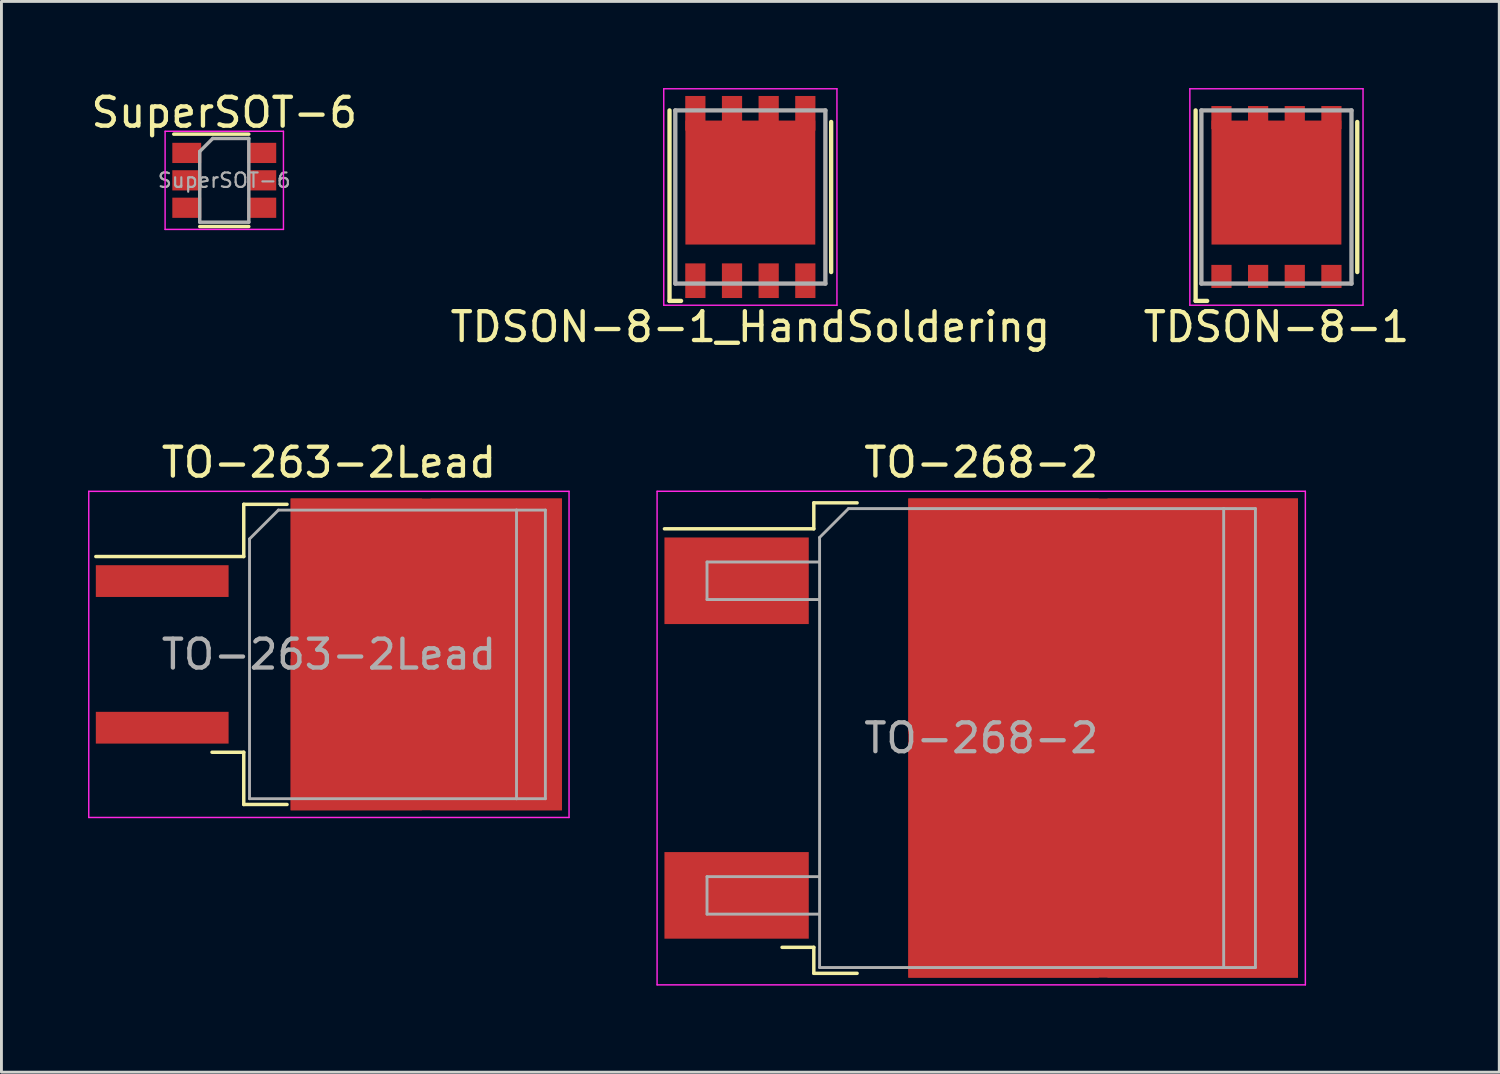
<source format=kicad_pcb>
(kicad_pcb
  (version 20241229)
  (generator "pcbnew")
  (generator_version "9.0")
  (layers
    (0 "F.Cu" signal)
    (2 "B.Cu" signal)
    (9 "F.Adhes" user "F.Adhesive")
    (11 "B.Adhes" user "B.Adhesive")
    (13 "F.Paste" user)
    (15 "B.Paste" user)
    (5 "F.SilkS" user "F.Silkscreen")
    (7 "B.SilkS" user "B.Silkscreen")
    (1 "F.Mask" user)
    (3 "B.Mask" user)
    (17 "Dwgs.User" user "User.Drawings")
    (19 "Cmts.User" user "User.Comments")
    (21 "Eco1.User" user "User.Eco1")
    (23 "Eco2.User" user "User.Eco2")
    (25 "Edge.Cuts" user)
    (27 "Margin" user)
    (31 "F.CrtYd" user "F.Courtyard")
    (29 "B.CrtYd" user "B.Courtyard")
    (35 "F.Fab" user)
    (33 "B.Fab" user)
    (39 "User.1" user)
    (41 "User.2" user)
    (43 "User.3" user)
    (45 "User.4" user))
  (footprint "TDSON-8-1"
    (layer "F.Cu")
    (at 41.173 3.775)
    (property "Reference" "TDSON-8-1" (at 0 4.5 0) (layer "F.SilkS") (effects (font (size 1 1) (thickness 0.15))))
    (attr smd)
    (fp_line (start -2.8 -3) (end -2.8 3.6) (stroke (width 0.15) (type solid)) (layer "F.SilkS"))
    (fp_line (start -2.8 3.6) (end -2.4 3.6) (stroke (width 0.15) (type solid)) (layer "F.SilkS"))
    (fp_line (start 2.8 -2.6) (end 2.8 2.6) (stroke (width 0.15) (type solid)) (layer "F.SilkS"))
    (fp_line (start -3 -3.75) (end -3 3.75) (stroke (width 0.05) (type solid)) (layer "F.CrtYd"))
    (fp_line (start -3 3.75) (end 3 3.75) (stroke (width 0.05) (type solid)) (layer "F.CrtYd"))
    (fp_line (start 3 -3.75) (end -3 -3.75) (stroke (width 0.05) (type solid)) (layer "F.CrtYd"))
    (fp_line (start 3 3.75) (end 3 -3.75) (stroke (width 0.05) (type solid)) (layer "F.CrtYd"))
    (fp_line (start -2.6 -3) (end 2.6 -3) (stroke (width 0.15) (type solid)) (layer "F.Fab"))
    (fp_line (start -2.6 3) (end -2.6 -3) (stroke (width 0.15) (type solid)) (layer "F.Fab"))
    (fp_line (start 2.6 -3) (end 2.6 3) (stroke (width 0.15) (type solid)) (layer "F.Fab"))
    (fp_line (start 2.6 3) (end -2.6 3) (stroke (width 0.15) (type solid)) (layer "F.Fab"))
    (pad "1" smd rect (at -1.905 2.752) (size 0.7 0.8) (layers "F.Cu" "F.Mask" "F.Paste"))
    (pad "2" smd rect (at -0.635 2.752) (size 0.7 0.8) (layers "F.Cu" "F.Mask" "F.Paste"))
    (pad "3" smd rect (at 0.635 2.752) (size 0.7 0.8) (layers "F.Cu" "F.Mask" "F.Paste"))
    (pad "4" smd rect (at 1.905 2.752) (size 0.7 0.8) (layers "F.Cu" "F.Mask" "F.Paste"))
    (pad "5" smd rect (at 1.905 -2.752) (size 0.7 0.8) (layers "F.Cu" "F.Mask" "F.Paste"))
    (pad "6" smd rect (at 0.635 -2.752) (size 0.7 0.8) (layers "F.Cu" "F.Mask" "F.Paste"))
    (pad "7" smd rect (at -0.635 -2.752) (size 0.7 0.8) (layers "F.Cu" "F.Mask" "F.Paste"))
    (pad "8" smd rect (at -1.905 -2.752) (size 0.7 0.8) (layers "F.Cu" "F.Mask" "F.Paste"))
    (pad "8" smd rect (at -1.095 -1.25) (size 1.55 1.6) (layers "F.Cu" "F.Mask" "F.Paste"))
    (pad "8" smd rect (at -1.095 0.75) (size 1.55 1.2) (layers "F.Cu" "F.Mask" "F.Paste"))
    (pad "8" smd rect (at 0 -0.5) (size 4.5 4.295) (layers "F.Cu" "F.Mask"))
    (pad "8" smd rect (at 1.095 -1.25) (size 1.55 1.6) (layers "F.Cu" "F.Mask" "F.Paste"))
    (pad "8" smd rect (at 1.095 0.75) (size 1.55 1.2) (layers "F.Cu" "F.Mask" "F.Paste")))
  (footprint "TDSON-8-1_HandSoldering"
    (layer "F.Cu")
    (at 22.946 3.775)
    (property "Reference" "TDSON-8-1_HandSoldering" (at 0 4.5 0) (layer "F.SilkS") (effects (font (size 1 1) (thickness 0.15))))
    (attr smd)
    (fp_line (start -2.8 -3) (end -2.8 3.6) (stroke (width 0.15) (type solid)) (layer "F.SilkS"))
    (fp_line (start -2.8 3.6) (end -2.4 3.6) (stroke (width 0.15) (type solid)) (layer "F.SilkS"))
    (fp_line (start 2.8 -2.6) (end 2.8 2.6) (stroke (width 0.15) (type solid)) (layer "F.SilkS"))
    (fp_line (start -3 -3.75) (end -3 3.75) (stroke (width 0.05) (type solid)) (layer "F.CrtYd"))
    (fp_line (start -3 3.75) (end 3 3.75) (stroke (width 0.05) (type solid)) (layer "F.CrtYd"))
    (fp_line (start 3 -3.75) (end -3 -3.75) (stroke (width 0.05) (type solid)) (layer "F.CrtYd"))
    (fp_line (start 3 3.75) (end 3 -3.75) (stroke (width 0.05) (type solid)) (layer "F.CrtYd"))
    (fp_line (start -2.6 -3) (end 2.6 -3) (stroke (width 0.15) (type solid)) (layer "F.Fab"))
    (fp_line (start -2.6 3) (end -2.6 -3) (stroke (width 0.15) (type solid)) (layer "F.Fab"))
    (fp_line (start 2.6 -3) (end 2.6 3) (stroke (width 0.15) (type solid)) (layer "F.Fab"))
    (fp_line (start 2.6 3) (end -2.6 3) (stroke (width 0.15) (type solid)) (layer "F.Fab"))
    (pad "1" smd rect (at -1.905 2.9) (size 0.7 1.2) (layers "F.Cu" "F.Mask" "F.Paste"))
    (pad "2" smd rect (at -0.635 2.9) (size 0.7 1.2) (layers "F.Cu" "F.Mask" "F.Paste"))
    (pad "3" smd rect (at 0.635 2.9) (size 0.7 1.2) (layers "F.Cu" "F.Mask" "F.Paste"))
    (pad "4" smd rect (at 1.905 2.9) (size 0.7 1.2) (layers "F.Cu" "F.Mask" "F.Paste"))
    (pad "5" smd rect (at 1.905 -2.9) (size 0.7 1.2) (layers "F.Cu" "F.Mask" "F.Paste"))
    (pad "6" smd rect (at 0.635 -2.9) (size 0.7 1.2) (layers "F.Cu" "F.Mask" "F.Paste"))
    (pad "7" smd rect (at -0.635 -2.9) (size 0.7 1.2) (layers "F.Cu" "F.Mask" "F.Paste"))
    (pad "8" smd rect (at -1.905 -2.9) (size 0.7 1.2) (layers "F.Cu" "F.Mask" "F.Paste"))
    (pad "8" smd rect (at -1.095 -1.25) (size 1.55 1.6) (layers "F.Cu" "F.Mask" "F.Paste"))
    (pad "8" smd rect (at -1.095 0.75) (size 1.55 1.2) (layers "F.Cu" "F.Mask" "F.Paste"))
    (pad "8" smd rect (at 0 -0.5) (size 4.5 4.295) (layers "F.Cu" "F.Mask"))
    (pad "8" smd rect (at 1.095 -1.25) (size 1.55 1.6) (layers "F.Cu" "F.Mask" "F.Paste"))
    (pad "8" smd rect (at 1.095 0.75) (size 1.55 1.2) (layers "F.Cu" "F.Mask" "F.Paste")))
  (footprint "TO-263-2Lead"
    (layer "F.Cu")
    (at 8.345 19.622)
    (property "Reference" "TO-263-2Lead" (at 0 -6.65 0) (layer "F.SilkS") (effects (font (size 1 1) (thickness 0.15))))
    (attr smd)
    (fp_line (start -2.95 -5.2) (end -2.95 -3.39) (stroke (width 0.12) (type solid)) (layer "F.SilkS"))
    (fp_line (start -2.95 -3.39) (end -8.075 -3.39) (stroke (width 0.12) (type solid)) (layer "F.SilkS"))
    (fp_line (start -2.95 3.39) (end -4.05 3.39) (stroke (width 0.12) (type solid)) (layer "F.SilkS"))
    (fp_line (start -2.95 5.2) (end -2.95 3.39) (stroke (width 0.12) (type solid)) (layer "F.SilkS"))
    (fp_line (start -1.45 -5.2) (end -2.95 -5.2) (stroke (width 0.12) (type solid)) (layer "F.SilkS"))
    (fp_line (start -1.45 5.2) (end -2.95 5.2) (stroke (width 0.12) (type solid)) (layer "F.SilkS"))
    (fp_line (start -8.32 -5.65) (end -8.32 5.65) (stroke (width 0.05) (type solid)) (layer "F.CrtYd"))
    (fp_line (start -8.32 5.65) (end 8.32 5.65) (stroke (width 0.05) (type solid)) (layer "F.CrtYd"))
    (fp_line (start 8.32 -5.65) (end -8.32 -5.65) (stroke (width 0.05) (type solid)) (layer "F.CrtYd"))
    (fp_line (start 8.32 5.65) (end 8.32 -5.65) (stroke (width 0.05) (type solid)) (layer "F.CrtYd"))
    (fp_line (start -2.75 -4) (end -1.75 -5) (stroke (width 0.1) (type solid)) (layer "F.Fab"))
    (fp_line (start -2.75 5) (end -2.75 -4) (stroke (width 0.1) (type solid)) (layer "F.Fab"))
    (fp_line (start -1.75 -5) (end 6.5 -5) (stroke (width 0.1) (type solid)) (layer "F.Fab"))
    (fp_line (start 6.5 -5) (end 6.5 5) (stroke (width 0.1) (type solid)) (layer "F.Fab"))
    (fp_line (start 6.5 -5) (end 7.5 -5) (stroke (width 0.1) (type solid)) (layer "F.Fab"))
    (fp_line (start 6.5 5) (end -2.75 5) (stroke (width 0.1) (type solid)) (layer "F.Fab"))
    (fp_line (start 7.5 -5) (end 7.5 5) (stroke (width 0.1) (type solid)) (layer "F.Fab"))
    (fp_line (start 7.5 5) (end 6.5 5) (stroke (width 0.1) (type solid)) (layer "F.Fab"))
    (fp_text user "${REFERENCE}" (at 0 0 0) (layer "F.Fab") (effects (font (size 1 1) (thickness 0.15))))
    (pad "1" smd rect (at -5.775 -2.54) (size 4.6 1.1) (layers "F.Cu" "F.Mask" "F.Paste"))
    (pad "2" smd rect (at 0.95 -2.775) (size 4.55 5.25) (layers "F.Cu" "F.Paste"))
    (pad "2" smd rect (at 0.95 2.775) (size 4.55 5.25) (layers "F.Cu" "F.Paste"))
    (pad "2" smd rect (at 3.375 0) (size 9.4 10.8) (layers "F.Cu" "F.Mask"))
    (pad "2" smd rect (at 5.8 -2.775) (size 4.55 5.25) (layers "F.Cu" "F.Paste"))
    (pad "2" smd rect (at 5.8 2.775) (size 4.55 5.25) (layers "F.Cu" "F.Paste"))
    (pad "3" smd rect (at -5.775 2.54) (size 4.6 1.1) (layers "F.Cu" "F.Mask" "F.Paste")))
  (footprint "SuperSOT-6"
    (layer "F.Cu")
    (at 4.72 3.198)
    (property "Reference" "SuperSOT-6" (at 0 -2.35 0) (layer "F.SilkS") (effects (font (size 1 1) (thickness 0.15))))
    (attr smd)
    (fp_line (start 0.85 -1.6) (end -1.75 -1.6) (stroke (width 0.12) (type solid)) (layer "F.SilkS"))
    (fp_line (start 0.85 1.6) (end -0.85 1.6) (stroke (width 0.12) (type solid)) (layer "F.SilkS"))
    (fp_line (start -2.05 -1.7) (end -2.05 1.7) (stroke (width 0.05) (type solid)) (layer "F.CrtYd"))
    (fp_line (start -2.05 -1.7) (end 2.05 -1.7) (stroke (width 0.05) (type solid)) (layer "F.CrtYd"))
    (fp_line (start 2.05 1.7) (end -2.05 1.7) (stroke (width 0.05) (type solid)) (layer "F.CrtYd"))
    (fp_line (start 2.05 1.7) (end 2.05 -1.7) (stroke (width 0.05) (type solid)) (layer "F.CrtYd"))
    (fp_line (start -0.85 -1) (end -0.85 1.45) (stroke (width 0.12) (type solid)) (layer "F.Fab"))
    (fp_line (start -0.85 1.45) (end 0.85 1.45) (stroke (width 0.12) (type solid)) (layer "F.Fab"))
    (fp_line (start -0.4 -1.45) (end -0.85 -1) (stroke (width 0.12) (type solid)) (layer "F.Fab"))
    (fp_line (start 0.85 -1.45) (end -0.4 -1.45) (stroke (width 0.12) (type solid)) (layer "F.Fab"))
    (fp_line (start 0.85 1.45) (end 0.85 -1.45) (stroke (width 0.12) (type solid)) (layer "F.Fab"))
    (fp_text user "${REFERENCE}" (at 0 0 0) (layer "F.Fab") (effects (font (size 0.5 0.5) (thickness 0.075))))
    (pad "1" smd rect (at -1.3 -0.95) (size 1 0.7) (layers "F.Cu" "F.Mask" "F.Paste"))
    (pad "2" smd rect (at -1.3 0) (size 1 0.7) (layers "F.Cu" "F.Mask" "F.Paste"))
    (pad "3" smd rect (at -1.3 0.95) (size 1 0.7) (layers "F.Cu" "F.Mask" "F.Paste"))
    (pad "4" smd rect (at 1.3 0.95) (size 1 0.7) (layers "F.Cu" "F.Mask" "F.Paste"))
    (pad "5" smd rect (at 1.3 0) (size 1 0.7) (layers "F.Cu" "F.Mask" "F.Paste"))
    (pad "6" smd rect (at 1.3 -0.95) (size 1 0.7) (layers "F.Cu" "F.Mask" "F.Paste")))
  (footprint "TO-268-2"
    (layer "F.Cu")
    (at 30.945 22.521)
    (property "Reference" "TO-268-2" (at 0 -9.55 0) (layer "F.SilkS") (effects (font (size 1 1) (thickness 0.15))))
    (attr smd)
    (fp_line (start -5.8 -8.15) (end -5.8 -7.25) (stroke (width 0.12) (type solid)) (layer "F.SilkS"))
    (fp_line (start -5.8 -7.25) (end -10.975 -7.25) (stroke (width 0.12) (type solid)) (layer "F.SilkS"))
    (fp_line (start -5.8 7.25) (end -6.9 7.25) (stroke (width 0.12) (type solid)) (layer "F.SilkS"))
    (fp_line (start -5.8 8.15) (end -5.8 7.25) (stroke (width 0.12) (type solid)) (layer "F.SilkS"))
    (fp_line (start -4.3 -8.15) (end -5.8 -8.15) (stroke (width 0.12) (type solid)) (layer "F.SilkS"))
    (fp_line (start -4.3 8.15) (end -5.8 8.15) (stroke (width 0.12) (type solid)) (layer "F.SilkS"))
    (fp_line (start -11.23 -8.55) (end -11.23 8.55) (stroke (width 0.05) (type solid)) (layer "F.CrtYd"))
    (fp_line (start -11.23 8.55) (end 11.23 8.55) (stroke (width 0.05) (type solid)) (layer "F.CrtYd"))
    (fp_line (start 11.23 -8.55) (end -11.23 -8.55) (stroke (width 0.05) (type solid)) (layer "F.CrtYd"))
    (fp_line (start 11.23 8.55) (end 11.23 -8.55) (stroke (width 0.05) (type solid)) (layer "F.CrtYd"))
    (fp_line (start -9.5 -6.1) (end -9.5 -4.8) (stroke (width 0.1) (type solid)) (layer "F.Fab"))
    (fp_line (start -9.5 -4.8) (end -5.6 -4.8) (stroke (width 0.1) (type solid)) (layer "F.Fab"))
    (fp_line (start -9.5 4.8) (end -9.5 6.1) (stroke (width 0.1) (type solid)) (layer "F.Fab"))
    (fp_line (start -9.5 6.1) (end -5.6 6.1) (stroke (width 0.1) (type solid)) (layer "F.Fab"))
    (fp_line (start -5.6 -6.95) (end -4.6 -7.95) (stroke (width 0.1) (type solid)) (layer "F.Fab"))
    (fp_line (start -5.6 -6.1) (end -9.5 -6.1) (stroke (width 0.1) (type solid)) (layer "F.Fab"))
    (fp_line (start -5.6 4.8) (end -9.5 4.8) (stroke (width 0.1) (type solid)) (layer "F.Fab"))
    (fp_line (start -5.6 7.95) (end -5.6 -6.95) (stroke (width 0.1) (type solid)) (layer "F.Fab"))
    (fp_line (start -4.6 -7.95) (end 8.4 -7.95) (stroke (width 0.1) (type solid)) (layer "F.Fab"))
    (fp_line (start 8.4 -7.95) (end 8.4 7.95) (stroke (width 0.1) (type solid)) (layer "F.Fab"))
    (fp_line (start 8.4 -7.95) (end 9.5 -7.95) (stroke (width 0.1) (type solid)) (layer "F.Fab"))
    (fp_line (start 8.4 7.95) (end -5.6 7.95) (stroke (width 0.1) (type solid)) (layer "F.Fab"))
    (fp_line (start 9.5 -7.95) (end 9.5 7.95) (stroke (width 0.1) (type solid)) (layer "F.Fab"))
    (fp_line (start 9.5 7.95) (end 8.4 7.95) (stroke (width 0.1) (type solid)) (layer "F.Fab"))
    (fp_text user "${REFERENCE}" (at 0 0 0) (layer "F.Fab") (effects (font (size 1 1) (thickness 0.15))))
    (pad "1" smd rect (at -8.475 -5.45) (size 5 3) (layers "F.Cu" "F.Mask" "F.Paste"))
    (pad "2" smd rect (at 0.775 -4.225) (size 6.6 8.15) (layers "F.Cu" "F.Paste"))
    (pad "2" smd rect (at 0.775 4.225) (size 6.6 8.15) (layers "F.Cu" "F.Paste"))
    (pad "2" smd rect (at 4.225 0) (size 13.5 16.6) (layers "F.Cu" "F.Mask"))
    (pad "2" smd rect (at 7.675 -4.225) (size 6.6 8.15) (layers "F.Cu" "F.Paste"))
    (pad "2" smd rect (at 7.675 4.225) (size 6.6 8.15) (layers "F.Cu" "F.Paste"))
    (pad "3" smd rect (at -8.475 5.45) (size 5 3) (layers "F.Cu" "F.Mask" "F.Paste")))
  (gr_rect
    (start -3 -3)
    (end 48.893 34.096)
    (stroke (width 0.1) (type default))
    (fill no)
    (layer "Edge.Cuts")))
</source>
